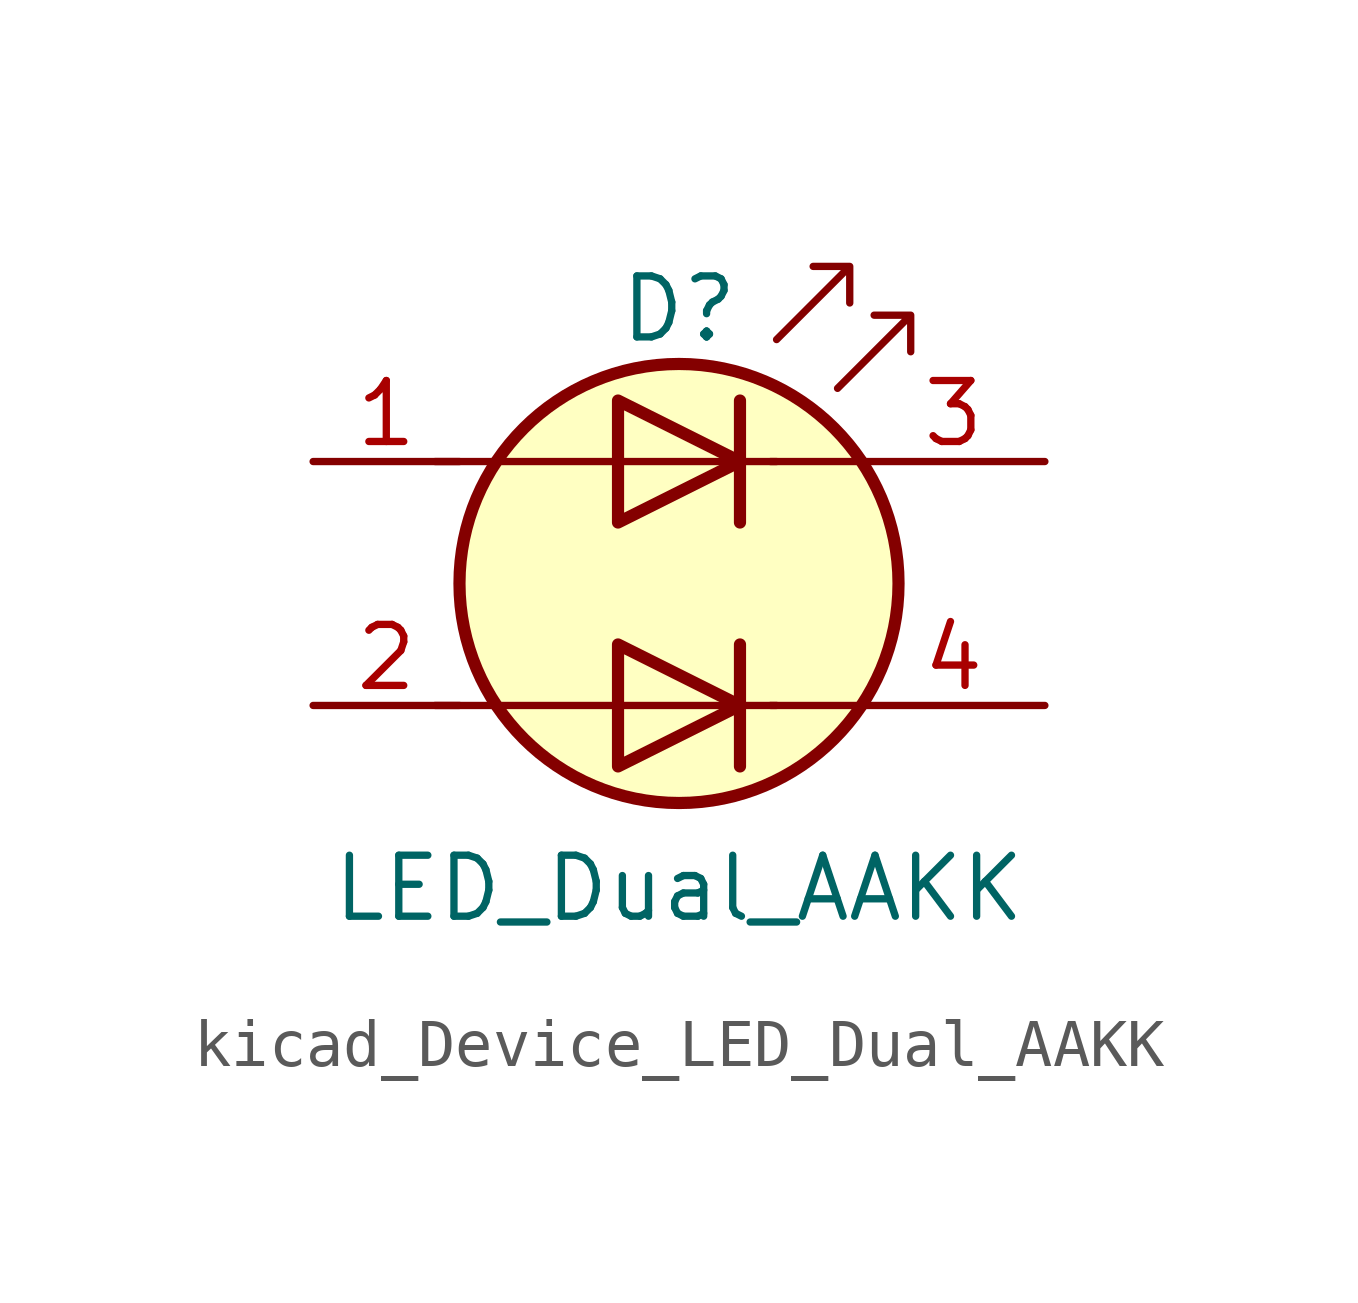
<source format=kicad_sym>
(kicad_symbol_lib
  (version 20220914)
  (generator kicad_symbol_editor)
  (symbol "kicad_Device_LED_Dual_AAKK"
    (pin_names
      (offset 0) hide)
    (property "Reference" "D"
      (at 0 5.715 0)
      (effects (font (size 1.27 1.27))))
    (property "Value" "LED_Dual_AAKK"
      (at 0 -6.35 0)
      (effects (font (size 1.27 1.27))))
    (symbol "kicad_Device_LED_Dual_AAKK_0_1"
      (polyline (pts (xy -5.08 -2.54) (xy 2.032 -2.54)) (stroke (width 0) (type default)) (fill (type none)))
      (polyline (pts (xy -5.08 2.54) (xy 2.032 2.54)) (stroke (width 0) (type default)) (fill (type none)))
      (polyline (pts (xy 1.27 -1.27) (xy 1.27 -3.81)) (stroke (width 0.254) (type default)) (fill (type none)))
      (polyline (pts (xy 1.27 3.81) (xy 1.27 1.27)) (stroke (width 0.254) (type default)) (fill (type none)))
      (polyline (pts (xy 3.81 -2.54) (xy 1.905 -2.54)) (stroke (width 0) (type default)) (fill (type none)))
      (polyline (pts (xy 3.81 2.54) (xy 1.905 2.54)) (stroke (width 0) (type default)) (fill (type none)))
      (polyline (pts (xy -1.27 -1.27) (xy -1.27 -3.81) (xy 1.27 -2.54) (xy -1.27 -1.27)) (stroke (width 0.254) (type default)) (fill (type none)))
      (polyline (pts (xy -1.27 3.81) (xy -1.27 1.27) (xy 1.27 2.54) (xy -1.27 3.81)) (stroke (width 0.254) (type default)) (fill (type none)))
      (polyline (pts (xy 2.032 5.08) (xy 3.556 6.604) (xy 2.794 6.604) (xy 3.556 6.604) (xy 3.556 5.842)) (stroke (width 0) (type default)) (fill (type none)))
      (polyline (pts (xy 3.302 4.064) (xy 4.826 5.588) (xy 4.064 5.588) (xy 4.826 5.588) (xy 4.826 4.826)) (stroke (width 0) (type default)) (fill (type none)))
      (circle (center 0 0) (radius 4.572) (stroke (width 0.254) (type default)) (fill (type background))))
    (symbol "kicad_Device_LED_Dual_AAKK_1_1"
      (pin input line (at -7.62 2.54 0) (length 3.048) (name "A1" (effects (font (size 1.27 1.27)))) (number "1" (effects (font (size 1.27 1.27)))))
      (pin input line (at -7.62 -2.54 0) (length 3.048) (name "A2" (effects (font (size 1.27 1.27)))) (number "2" (effects (font (size 1.27 1.27)))))
      (pin input line (at 7.62 2.54 180) (length 3.81) (name "K1" (effects (font (size 1.27 1.27)))) (number "3" (effects (font (size 1.27 1.27)))))
      (pin input line (at 7.62 -2.54 180) (length 3.81) (name "K2" (effects (font (size 1.27 1.27)))) (number "4" (effects (font (size 1.27 1.27))))))))
</source>
